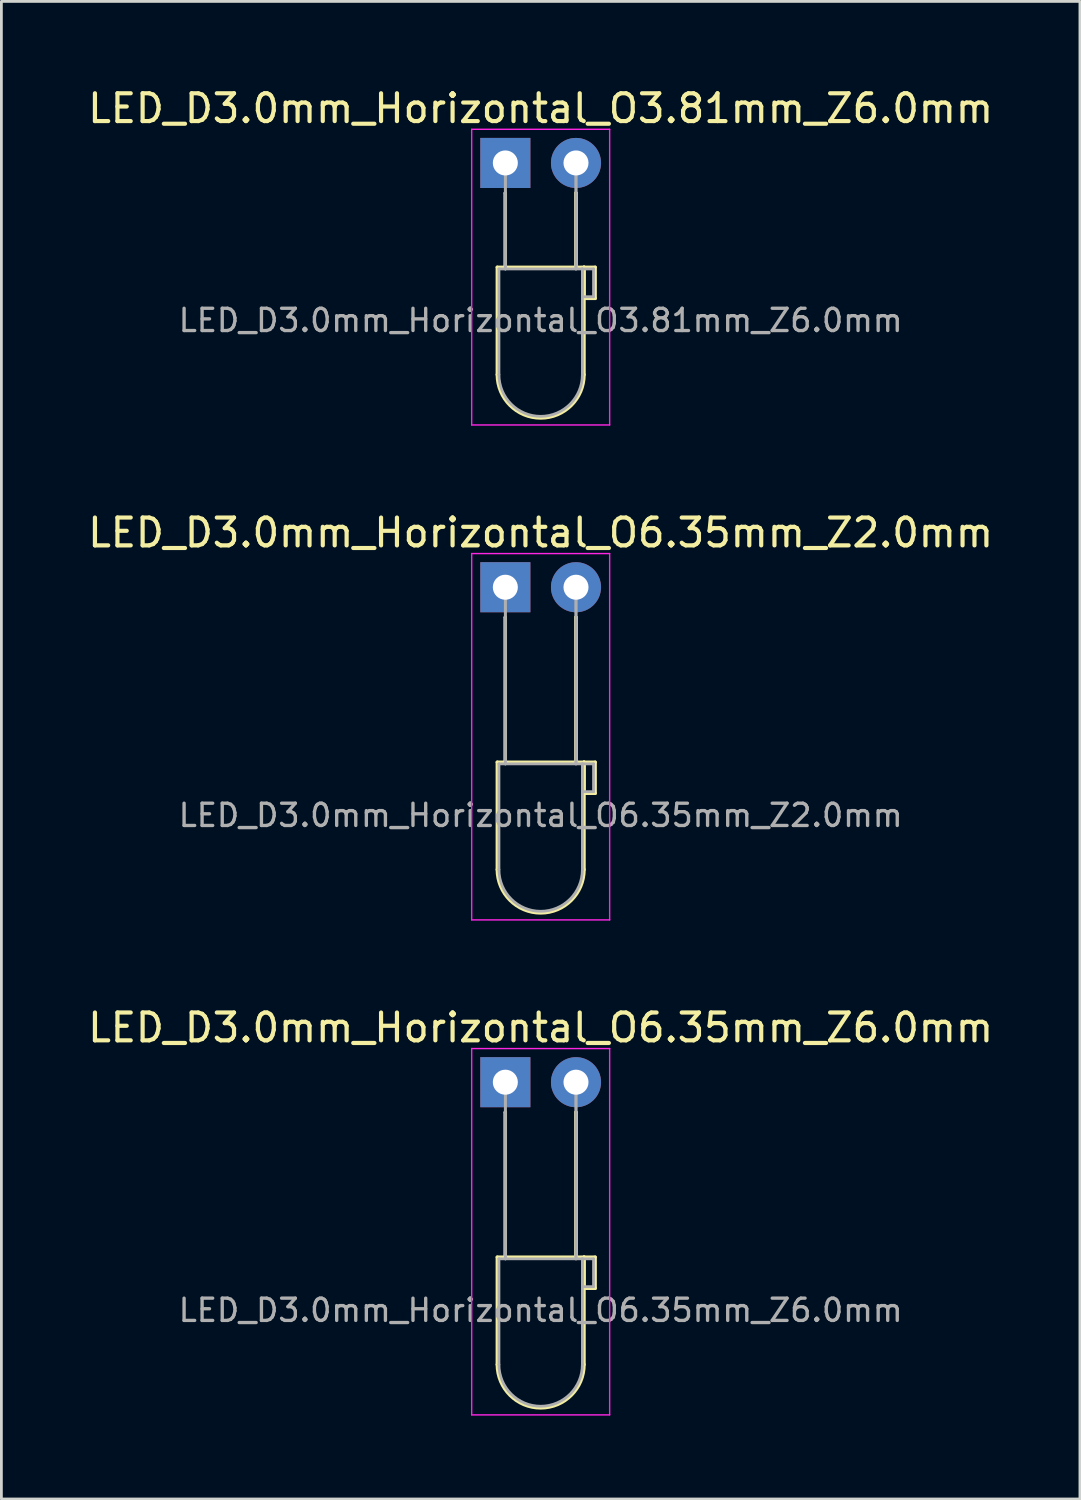
<source format=kicad_pcb>
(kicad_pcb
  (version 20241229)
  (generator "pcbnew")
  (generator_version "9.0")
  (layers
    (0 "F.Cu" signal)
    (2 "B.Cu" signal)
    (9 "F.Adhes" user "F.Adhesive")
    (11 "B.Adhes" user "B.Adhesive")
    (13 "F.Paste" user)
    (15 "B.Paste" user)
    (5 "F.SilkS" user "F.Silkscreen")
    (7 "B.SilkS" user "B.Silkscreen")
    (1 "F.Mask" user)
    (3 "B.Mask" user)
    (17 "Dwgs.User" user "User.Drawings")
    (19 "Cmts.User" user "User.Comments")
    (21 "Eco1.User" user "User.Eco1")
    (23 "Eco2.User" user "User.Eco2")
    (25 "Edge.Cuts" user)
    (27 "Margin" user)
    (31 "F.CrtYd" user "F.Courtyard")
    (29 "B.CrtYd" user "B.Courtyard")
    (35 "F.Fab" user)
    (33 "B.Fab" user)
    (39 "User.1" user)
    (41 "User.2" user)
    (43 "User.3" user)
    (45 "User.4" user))
  (footprint "LED_D3.0mm_Horizontal_O3.81mm_Z6.0mm"
    (layer "F.Cu")
    (at 15.117 2.808)
    (property "Reference" "LED_D3.0mm_Horizontal_O3.81mm_Z6.0mm" (at 1.27 -1.96 0) (layer "F.SilkS") (effects (font (size 1 1) (thickness 0.15))))
    (attr through_hole)
    (fp_line (start -0.29 3.75) (end -0.29 7.61) (stroke (width 0.12) (type solid)) (layer "F.SilkS"))
    (fp_line (start -0.29 3.75) (end 2.83 3.75) (stroke (width 0.12) (type solid)) (layer "F.SilkS"))
    (fp_line (start 0 1.08) (end 0 1.08) (stroke (width 0.12) (type solid)) (layer "F.SilkS"))
    (fp_line (start 0 1.08) (end 0 3.75) (stroke (width 0.12) (type solid)) (layer "F.SilkS"))
    (fp_line (start 0 3.75) (end 0 1.08) (stroke (width 0.12) (type solid)) (layer "F.SilkS"))
    (fp_line (start 0 3.75) (end 0 3.75) (stroke (width 0.12) (type solid)) (layer "F.SilkS"))
    (fp_line (start 2.54 1.08) (end 2.54 1.08) (stroke (width 0.12) (type solid)) (layer "F.SilkS"))
    (fp_line (start 2.54 1.08) (end 2.54 3.75) (stroke (width 0.12) (type solid)) (layer "F.SilkS"))
    (fp_line (start 2.54 3.75) (end 2.54 1.08) (stroke (width 0.12) (type solid)) (layer "F.SilkS"))
    (fp_line (start 2.54 3.75) (end 2.54 3.75) (stroke (width 0.12) (type solid)) (layer "F.SilkS"))
    (fp_line (start 2.83 3.75) (end 2.83 7.61) (stroke (width 0.12) (type solid)) (layer "F.SilkS"))
    (fp_line (start 2.83 3.75) (end 3.23 3.75) (stroke (width 0.12) (type solid)) (layer "F.SilkS"))
    (fp_line (start 2.83 4.87) (end 2.83 3.75) (stroke (width 0.12) (type solid)) (layer "F.SilkS"))
    (fp_line (start 3.23 3.75) (end 3.23 4.87) (stroke (width 0.12) (type solid)) (layer "F.SilkS"))
    (fp_line (start 3.23 4.87) (end 2.83 4.87) (stroke (width 0.12) (type solid)) (layer "F.SilkS"))
    (fp_arc (start 2.83 7.61) (mid 1.27 9.17) (end -0.29 7.61) (stroke (width 0.12) (type solid)) (layer "F.SilkS"))
    (fp_line (start -1.21 -1.21) (end -1.21 9.42) (stroke (width 0.05) (type solid)) (layer "F.CrtYd"))
    (fp_line (start -1.21 9.42) (end 3.75 9.42) (stroke (width 0.05) (type solid)) (layer "F.CrtYd"))
    (fp_line (start 3.75 -1.21) (end -1.21 -1.21) (stroke (width 0.05) (type solid)) (layer "F.CrtYd"))
    (fp_line (start 3.75 9.42) (end 3.75 -1.21) (stroke (width 0.05) (type solid)) (layer "F.CrtYd"))
    (fp_line (start -0.23 3.81) (end -0.23 7.61) (stroke (width 0.1) (type solid)) (layer "F.Fab"))
    (fp_line (start -0.23 3.81) (end 2.77 3.81) (stroke (width 0.1) (type solid)) (layer "F.Fab"))
    (fp_line (start 0 0) (end 0 0) (stroke (width 0.1) (type solid)) (layer "F.Fab"))
    (fp_line (start 0 0) (end 0 3.81) (stroke (width 0.1) (type solid)) (layer "F.Fab"))
    (fp_line (start 0 3.81) (end 0 0) (stroke (width 0.1) (type solid)) (layer "F.Fab"))
    (fp_line (start 0 3.81) (end 0 3.81) (stroke (width 0.1) (type solid)) (layer "F.Fab"))
    (fp_line (start 2.54 0) (end 2.54 0) (stroke (width 0.1) (type solid)) (layer "F.Fab"))
    (fp_line (start 2.54 0) (end 2.54 3.81) (stroke (width 0.1) (type solid)) (layer "F.Fab"))
    (fp_line (start 2.54 3.81) (end 2.54 0) (stroke (width 0.1) (type solid)) (layer "F.Fab"))
    (fp_line (start 2.54 3.81) (end 2.54 3.81) (stroke (width 0.1) (type solid)) (layer "F.Fab"))
    (fp_line (start 2.77 3.81) (end 2.77 7.61) (stroke (width 0.1) (type solid)) (layer "F.Fab"))
    (fp_line (start 2.77 3.81) (end 3.17 3.81) (stroke (width 0.1) (type solid)) (layer "F.Fab"))
    (fp_line (start 2.77 4.81) (end 2.77 3.81) (stroke (width 0.1) (type solid)) (layer "F.Fab"))
    (fp_line (start 3.17 3.81) (end 3.17 4.81) (stroke (width 0.1) (type solid)) (layer "F.Fab"))
    (fp_line (start 3.17 4.81) (end 2.77 4.81) (stroke (width 0.1) (type solid)) (layer "F.Fab"))
    (fp_arc (start 2.77 7.61) (mid 1.27 9.11) (end -0.23 7.61) (stroke (width 0.1) (type solid)) (layer "F.Fab"))
    (fp_text user "${REFERENCE}" (at 1.27 5.66 0) (layer "F.Fab") (effects (font (size 0.8 0.8) (thickness 0.12))))
    (pad "1" thru_hole rect (at 0 0) (size 1.8 1.8) (drill 0.9) (layers "*.Cu" "*.Mask"))
    (pad "2" thru_hole circle (at 2.54 0) (size 1.8 1.8) (drill 0.9) (layers "*.Cu" "*.Mask")))
  (footprint "LED_D3.0mm_Horizontal_O6.35mm_Z2.0mm"
    (layer "F.Cu")
    (at 15.117 18.061)
    (property "Reference" "LED_D3.0mm_Horizontal_O6.35mm_Z2.0mm" (at 1.27 -1.96 0) (layer "F.SilkS") (effects (font (size 1 1) (thickness 0.15))))
    (attr through_hole)
    (fp_line (start -0.29 6.29) (end -0.29 10.15) (stroke (width 0.12) (type solid)) (layer "F.SilkS"))
    (fp_line (start -0.29 6.29) (end 2.83 6.29) (stroke (width 0.12) (type solid)) (layer "F.SilkS"))
    (fp_line (start 0 1.08) (end 0 1.08) (stroke (width 0.12) (type solid)) (layer "F.SilkS"))
    (fp_line (start 0 1.08) (end 0 6.29) (stroke (width 0.12) (type solid)) (layer "F.SilkS"))
    (fp_line (start 0 6.29) (end 0 1.08) (stroke (width 0.12) (type solid)) (layer "F.SilkS"))
    (fp_line (start 0 6.29) (end 0 6.29) (stroke (width 0.12) (type solid)) (layer "F.SilkS"))
    (fp_line (start 2.54 1.08) (end 2.54 1.08) (stroke (width 0.12) (type solid)) (layer "F.SilkS"))
    (fp_line (start 2.54 1.08) (end 2.54 6.29) (stroke (width 0.12) (type solid)) (layer "F.SilkS"))
    (fp_line (start 2.54 6.29) (end 2.54 1.08) (stroke (width 0.12) (type solid)) (layer "F.SilkS"))
    (fp_line (start 2.54 6.29) (end 2.54 6.29) (stroke (width 0.12) (type solid)) (layer "F.SilkS"))
    (fp_line (start 2.83 6.29) (end 2.83 10.15) (stroke (width 0.12) (type solid)) (layer "F.SilkS"))
    (fp_line (start 2.83 6.29) (end 3.23 6.29) (stroke (width 0.12) (type solid)) (layer "F.SilkS"))
    (fp_line (start 2.83 7.41) (end 2.83 6.29) (stroke (width 0.12) (type solid)) (layer "F.SilkS"))
    (fp_line (start 3.23 6.29) (end 3.23 7.41) (stroke (width 0.12) (type solid)) (layer "F.SilkS"))
    (fp_line (start 3.23 7.41) (end 2.83 7.41) (stroke (width 0.12) (type solid)) (layer "F.SilkS"))
    (fp_arc (start 2.83 10.15) (mid 1.27 11.71) (end -0.29 10.15) (stroke (width 0.12) (type solid)) (layer "F.SilkS"))
    (fp_line (start -1.21 -1.21) (end -1.21 11.96) (stroke (width 0.05) (type solid)) (layer "F.CrtYd"))
    (fp_line (start -1.21 11.96) (end 3.75 11.96) (stroke (width 0.05) (type solid)) (layer "F.CrtYd"))
    (fp_line (start 3.75 -1.21) (end -1.21 -1.21) (stroke (width 0.05) (type solid)) (layer "F.CrtYd"))
    (fp_line (start 3.75 11.96) (end 3.75 -1.21) (stroke (width 0.05) (type solid)) (layer "F.CrtYd"))
    (fp_line (start -0.23 6.35) (end -0.23 10.15) (stroke (width 0.1) (type solid)) (layer "F.Fab"))
    (fp_line (start -0.23 6.35) (end 2.77 6.35) (stroke (width 0.1) (type solid)) (layer "F.Fab"))
    (fp_line (start 0 0) (end 0 0) (stroke (width 0.1) (type solid)) (layer "F.Fab"))
    (fp_line (start 0 0) (end 0 6.35) (stroke (width 0.1) (type solid)) (layer "F.Fab"))
    (fp_line (start 0 6.35) (end 0 0) (stroke (width 0.1) (type solid)) (layer "F.Fab"))
    (fp_line (start 0 6.35) (end 0 6.35) (stroke (width 0.1) (type solid)) (layer "F.Fab"))
    (fp_line (start 2.54 0) (end 2.54 0) (stroke (width 0.1) (type solid)) (layer "F.Fab"))
    (fp_line (start 2.54 0) (end 2.54 6.35) (stroke (width 0.1) (type solid)) (layer "F.Fab"))
    (fp_line (start 2.54 6.35) (end 2.54 0) (stroke (width 0.1) (type solid)) (layer "F.Fab"))
    (fp_line (start 2.54 6.35) (end 2.54 6.35) (stroke (width 0.1) (type solid)) (layer "F.Fab"))
    (fp_line (start 2.77 6.35) (end 2.77 10.15) (stroke (width 0.1) (type solid)) (layer "F.Fab"))
    (fp_line (start 2.77 6.35) (end 3.17 6.35) (stroke (width 0.1) (type solid)) (layer "F.Fab"))
    (fp_line (start 2.77 7.35) (end 2.77 6.35) (stroke (width 0.1) (type solid)) (layer "F.Fab"))
    (fp_line (start 3.17 6.35) (end 3.17 7.35) (stroke (width 0.1) (type solid)) (layer "F.Fab"))
    (fp_line (start 3.17 7.35) (end 2.77 7.35) (stroke (width 0.1) (type solid)) (layer "F.Fab"))
    (fp_arc (start 2.77 10.15) (mid 1.27 11.65) (end -0.23 10.15) (stroke (width 0.1) (type solid)) (layer "F.Fab"))
    (fp_text user "${REFERENCE}" (at 1.27 8.2 0) (layer "F.Fab") (effects (font (size 0.8 0.8) (thickness 0.12))))
    (pad "1" thru_hole rect (at 0 0) (size 1.8 1.8) (drill 0.9) (layers "*.Cu" "*.Mask"))
    (pad "2" thru_hole circle (at 2.54 0) (size 1.8 1.8) (drill 0.9) (layers "*.Cu" "*.Mask")))
  (footprint "LED_D3.0mm_Horizontal_O6.35mm_Z6.0mm"
    (layer "F.Cu")
    (at 15.117 35.855)
    (property "Reference" "LED_D3.0mm_Horizontal_O6.35mm_Z6.0mm" (at 1.27 -1.96 0) (layer "F.SilkS") (effects (font (size 1 1) (thickness 0.15))))
    (attr through_hole)
    (fp_line (start -0.29 6.29) (end -0.29 10.15) (stroke (width 0.12) (type solid)) (layer "F.SilkS"))
    (fp_line (start -0.29 6.29) (end 2.83 6.29) (stroke (width 0.12) (type solid)) (layer "F.SilkS"))
    (fp_line (start 0 1.08) (end 0 1.08) (stroke (width 0.12) (type solid)) (layer "F.SilkS"))
    (fp_line (start 0 1.08) (end 0 6.29) (stroke (width 0.12) (type solid)) (layer "F.SilkS"))
    (fp_line (start 0 6.29) (end 0 1.08) (stroke (width 0.12) (type solid)) (layer "F.SilkS"))
    (fp_line (start 0 6.29) (end 0 6.29) (stroke (width 0.12) (type solid)) (layer "F.SilkS"))
    (fp_line (start 2.54 1.08) (end 2.54 1.08) (stroke (width 0.12) (type solid)) (layer "F.SilkS"))
    (fp_line (start 2.54 1.08) (end 2.54 6.29) (stroke (width 0.12) (type solid)) (layer "F.SilkS"))
    (fp_line (start 2.54 6.29) (end 2.54 1.08) (stroke (width 0.12) (type solid)) (layer "F.SilkS"))
    (fp_line (start 2.54 6.29) (end 2.54 6.29) (stroke (width 0.12) (type solid)) (layer "F.SilkS"))
    (fp_line (start 2.83 6.29) (end 2.83 10.15) (stroke (width 0.12) (type solid)) (layer "F.SilkS"))
    (fp_line (start 2.83 6.29) (end 3.23 6.29) (stroke (width 0.12) (type solid)) (layer "F.SilkS"))
    (fp_line (start 2.83 7.41) (end 2.83 6.29) (stroke (width 0.12) (type solid)) (layer "F.SilkS"))
    (fp_line (start 3.23 6.29) (end 3.23 7.41) (stroke (width 0.12) (type solid)) (layer "F.SilkS"))
    (fp_line (start 3.23 7.41) (end 2.83 7.41) (stroke (width 0.12) (type solid)) (layer "F.SilkS"))
    (fp_arc (start 2.83 10.15) (mid 1.27 11.71) (end -0.29 10.15) (stroke (width 0.12) (type solid)) (layer "F.SilkS"))
    (fp_line (start -1.21 -1.21) (end -1.21 11.96) (stroke (width 0.05) (type solid)) (layer "F.CrtYd"))
    (fp_line (start -1.21 11.96) (end 3.75 11.96) (stroke (width 0.05) (type solid)) (layer "F.CrtYd"))
    (fp_line (start 3.75 -1.21) (end -1.21 -1.21) (stroke (width 0.05) (type solid)) (layer "F.CrtYd"))
    (fp_line (start 3.75 11.96) (end 3.75 -1.21) (stroke (width 0.05) (type solid)) (layer "F.CrtYd"))
    (fp_line (start -0.23 6.35) (end -0.23 10.15) (stroke (width 0.1) (type solid)) (layer "F.Fab"))
    (fp_line (start -0.23 6.35) (end 2.77 6.35) (stroke (width 0.1) (type solid)) (layer "F.Fab"))
    (fp_line (start 0 0) (end 0 0) (stroke (width 0.1) (type solid)) (layer "F.Fab"))
    (fp_line (start 0 0) (end 0 6.35) (stroke (width 0.1) (type solid)) (layer "F.Fab"))
    (fp_line (start 0 6.35) (end 0 0) (stroke (width 0.1) (type solid)) (layer "F.Fab"))
    (fp_line (start 0 6.35) (end 0 6.35) (stroke (width 0.1) (type solid)) (layer "F.Fab"))
    (fp_line (start 2.54 0) (end 2.54 0) (stroke (width 0.1) (type solid)) (layer "F.Fab"))
    (fp_line (start 2.54 0) (end 2.54 6.35) (stroke (width 0.1) (type solid)) (layer "F.Fab"))
    (fp_line (start 2.54 6.35) (end 2.54 0) (stroke (width 0.1) (type solid)) (layer "F.Fab"))
    (fp_line (start 2.54 6.35) (end 2.54 6.35) (stroke (width 0.1) (type solid)) (layer "F.Fab"))
    (fp_line (start 2.77 6.35) (end 2.77 10.15) (stroke (width 0.1) (type solid)) (layer "F.Fab"))
    (fp_line (start 2.77 6.35) (end 3.17 6.35) (stroke (width 0.1) (type solid)) (layer "F.Fab"))
    (fp_line (start 2.77 7.35) (end 2.77 6.35) (stroke (width 0.1) (type solid)) (layer "F.Fab"))
    (fp_line (start 3.17 6.35) (end 3.17 7.35) (stroke (width 0.1) (type solid)) (layer "F.Fab"))
    (fp_line (start 3.17 7.35) (end 2.77 7.35) (stroke (width 0.1) (type solid)) (layer "F.Fab"))
    (fp_arc (start 2.77 10.15) (mid 1.27 11.65) (end -0.23 10.15) (stroke (width 0.1) (type solid)) (layer "F.Fab"))
    (fp_text user "${REFERENCE}" (at 1.27 8.2 0) (layer "F.Fab") (effects (font (size 0.8 0.8) (thickness 0.12))))
    (pad "1" thru_hole rect (at 0 0) (size 1.8 1.8) (drill 0.9) (layers "*.Cu" "*.Mask"))
    (pad "2" thru_hole circle (at 2.54 0) (size 1.8 1.8) (drill 0.9) (layers "*.Cu" "*.Mask")))
  (gr_rect
    (start -3 -3)
    (end 35.774 50.84)
    (stroke (width 0.1) (type default))
    (fill no)
    (layer "Edge.Cuts")))
</source>
